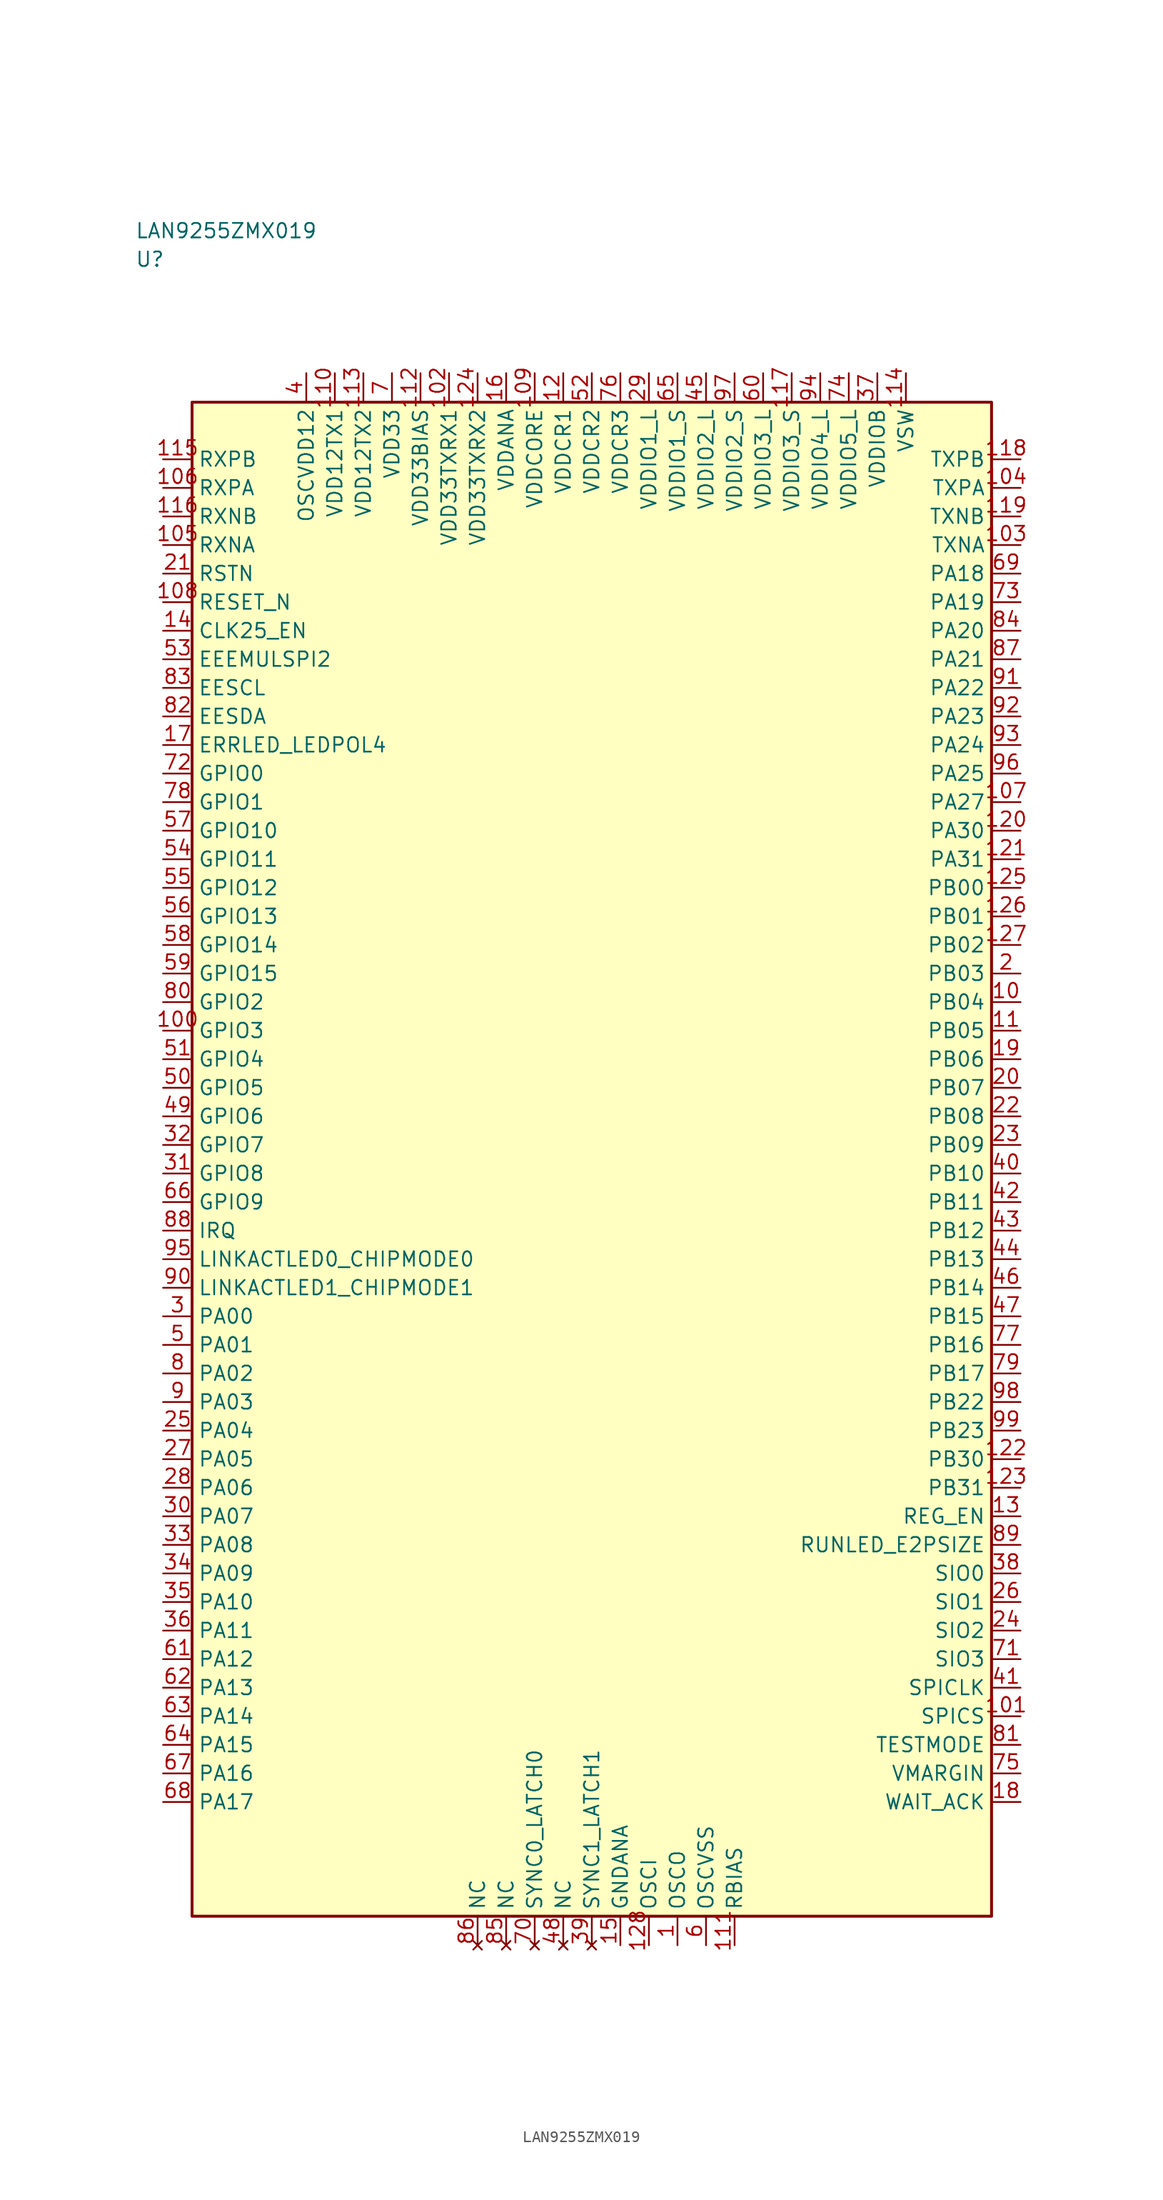
<source format=kicad_sym>
(kicad_symbol_lib
  (version 20241025)
  (generator "kicad_symbol_editor")
  (generator_version "8.0")
  (symbol "LAN9255ZMX019"
    (property "Reference" "U"
      (at -40.0 78.75 0)
      (effects (font (size 1.27 1.27)) (justify left)))
    (property "Value" "LAN9255ZMX019"
      (at -40.0 81.25 0)
      (effects (font (size 1.27 1.27)) (justify left)))
    (symbol "LAN9255ZMX019_0_1"
      (rectangle (start -35.0 66.25) (end 35.0 -66.25) (stroke (width 0.254) (type default)) (fill (type background))))
    (symbol "LAN9255ZMX019_1_1"
      (pin passive line (at 7.5 -68.79 90.0) (length 2.54) (name "OSCO" (effects (font (size 1.27 1.27)))) (number "1" (effects (font (size 1.27 1.27)))))
      (pin bidirectional line (at 37.54 16.25 180.0) (length 2.54) (name "PB03" (effects (font (size 1.27 1.27)))) (number "2" (effects (font (size 1.27 1.27)))))
      (pin bidirectional line (at -37.54 -13.75 0.0) (length 2.54) (name "PA00" (effects (font (size 1.27 1.27)))) (number "3" (effects (font (size 1.27 1.27)))))
      (pin power_in line (at -25.0 68.79 270.0) (length 2.54) (name "OSCVDD12" (effects (font (size 1.27 1.27)))) (number "4" (effects (font (size 1.27 1.27)))))
      (pin bidirectional line (at -37.54 -16.25 0.0) (length 2.54) (name "PA01" (effects (font (size 1.27 1.27)))) (number "5" (effects (font (size 1.27 1.27)))))
      (pin passive line (at 10.0 -68.79 90.0) (length 2.54) (name "OSCVSS" (effects (font (size 1.27 1.27)))) (number "6" (effects (font (size 1.27 1.27)))))
      (pin power_in line (at -17.5 68.79 270.0) (length 2.54) (name "VDD33" (effects (font (size 1.27 1.27)))) (number "7" (effects (font (size 1.27 1.27)))))
      (pin bidirectional line (at -37.54 -18.75 0.0) (length 2.54) (name "PA02" (effects (font (size 1.27 1.27)))) (number "8" (effects (font (size 1.27 1.27)))))
      (pin bidirectional line (at -37.54 -21.25 0.0) (length 2.54) (name "PA03" (effects (font (size 1.27 1.27)))) (number "9" (effects (font (size 1.27 1.27)))))
      (pin bidirectional line (at 37.54 13.75 180.0) (length 2.54) (name "PB04" (effects (font (size 1.27 1.27)))) (number "10" (effects (font (size 1.27 1.27)))))
      (pin bidirectional line (at 37.54 11.25 180.0) (length 2.54) (name "PB05" (effects (font (size 1.27 1.27)))) (number "11" (effects (font (size 1.27 1.27)))))
      (pin power_in line (at -2.5 68.79 270.0) (length 2.54) (name "VDDCR1" (effects (font (size 1.27 1.27)))) (number "12" (effects (font (size 1.27 1.27)))))
      (pin bidirectional line (at 37.54 -31.25 180.0) (length 2.54) (name "REG_EN" (effects (font (size 1.27 1.27)))) (number "13" (effects (font (size 1.27 1.27)))))
      (pin bidirectional line (at -37.54 46.25 0.0) (length 2.54) (name "CLK25_EN" (effects (font (size 1.27 1.27)))) (number "14" (effects (font (size 1.27 1.27)))))
      (pin passive line (at 2.5 -68.79 90.0) (length 2.54) (name "GNDANA" (effects (font (size 1.27 1.27)))) (number "15" (effects (font (size 1.27 1.27)))))
      (pin power_in line (at -7.5 68.79 270.0) (length 2.54) (name "VDDANA" (effects (font (size 1.27 1.27)))) (number "16" (effects (font (size 1.27 1.27)))))
      (pin bidirectional line (at -37.54 36.25 0.0) (length 2.54) (name "ERRLED_LEDPOL4" (effects (font (size 1.27 1.27)))) (number "17" (effects (font (size 1.27 1.27)))))
      (pin bidirectional line (at 37.54 -56.25 180.0) (length 2.54) (name "WAIT_ACK" (effects (font (size 1.27 1.27)))) (number "18" (effects (font (size 1.27 1.27)))))
      (pin bidirectional line (at 37.54 8.75 180.0) (length 2.54) (name "PB06" (effects (font (size 1.27 1.27)))) (number "19" (effects (font (size 1.27 1.27)))))
      (pin bidirectional line (at 37.54 6.25 180.0) (length 2.54) (name "PB07" (effects (font (size 1.27 1.27)))) (number "20" (effects (font (size 1.27 1.27)))))
      (pin input line (at -37.54 51.25 0.0) (length 2.54) (name "RSTN" (effects (font (size 1.27 1.27)))) (number "21" (effects (font (size 1.27 1.27)))))
      (pin bidirectional line (at 37.54 3.75 180.0) (length 2.54) (name "PB08" (effects (font (size 1.27 1.27)))) (number "22" (effects (font (size 1.27 1.27)))))
      (pin bidirectional line (at 37.54 1.25 180.0) (length 2.54) (name "PB09" (effects (font (size 1.27 1.27)))) (number "23" (effects (font (size 1.27 1.27)))))
      (pin bidirectional line (at 37.54 -41.25 180.0) (length 2.54) (name "SIO2" (effects (font (size 1.27 1.27)))) (number "24" (effects (font (size 1.27 1.27)))))
      (pin bidirectional line (at -37.54 -23.75 0.0) (length 2.54) (name "PA04" (effects (font (size 1.27 1.27)))) (number "25" (effects (font (size 1.27 1.27)))))
      (pin bidirectional line (at 37.54 -38.75 180.0) (length 2.54) (name "SIO1" (effects (font (size 1.27 1.27)))) (number "26" (effects (font (size 1.27 1.27)))))
      (pin bidirectional line (at -37.54 -26.25 0.0) (length 2.54) (name "PA05" (effects (font (size 1.27 1.27)))) (number "27" (effects (font (size 1.27 1.27)))))
      (pin bidirectional line (at -37.54 -28.75 0.0) (length 2.54) (name "PA06" (effects (font (size 1.27 1.27)))) (number "28" (effects (font (size 1.27 1.27)))))
      (pin power_in line (at 5.0 68.79 270.0) (length 2.54) (name "VDDIO1_L" (effects (font (size 1.27 1.27)))) (number "29" (effects (font (size 1.27 1.27)))))
      (pin bidirectional line (at -37.54 -31.25 0.0) (length 2.54) (name "PA07" (effects (font (size 1.27 1.27)))) (number "30" (effects (font (size 1.27 1.27)))))
      (pin bidirectional line (at -37.54 -1.25 0.0) (length 2.54) (name "GPIO8" (effects (font (size 1.27 1.27)))) (number "31" (effects (font (size 1.27 1.27)))))
      (pin bidirectional line (at -37.54 1.25 0.0) (length 2.54) (name "GPIO7" (effects (font (size 1.27 1.27)))) (number "32" (effects (font (size 1.27 1.27)))))
      (pin bidirectional line (at -37.54 -33.75 0.0) (length 2.54) (name "PA08" (effects (font (size 1.27 1.27)))) (number "33" (effects (font (size 1.27 1.27)))))
      (pin bidirectional line (at -37.54 -36.25 0.0) (length 2.54) (name "PA09" (effects (font (size 1.27 1.27)))) (number "34" (effects (font (size 1.27 1.27)))))
      (pin bidirectional line (at -37.54 -38.75 0.0) (length 2.54) (name "PA10" (effects (font (size 1.27 1.27)))) (number "35" (effects (font (size 1.27 1.27)))))
      (pin bidirectional line (at -37.54 -41.25 0.0) (length 2.54) (name "PA11" (effects (font (size 1.27 1.27)))) (number "36" (effects (font (size 1.27 1.27)))))
      (pin power_in line (at 25.0 68.79 270.0) (length 2.54) (name "VDDIOB" (effects (font (size 1.27 1.27)))) (number "37" (effects (font (size 1.27 1.27)))))
      (pin bidirectional line (at 37.54 -36.25 180.0) (length 2.54) (name "SIO0" (effects (font (size 1.27 1.27)))) (number "38" (effects (font (size 1.27 1.27)))))
      (pin no_connect line (at 0.0 -68.79 90.0) (length 2.54) (name "SYNC1_LATCH1" (effects (font (size 1.27 1.27)))) (number "39" (effects (font (size 1.27 1.27)))))
      (pin bidirectional line (at 37.54 -1.25 180.0) (length 2.54) (name "PB10" (effects (font (size 1.27 1.27)))) (number "40" (effects (font (size 1.27 1.27)))))
      (pin bidirectional line (at 37.54 -46.25 180.0) (length 2.54) (name "SPICLK" (effects (font (size 1.27 1.27)))) (number "41" (effects (font (size 1.27 1.27)))))
      (pin bidirectional line (at 37.54 -3.75 180.0) (length 2.54) (name "PB11" (effects (font (size 1.27 1.27)))) (number "42" (effects (font (size 1.27 1.27)))))
      (pin bidirectional line (at 37.54 -6.25 180.0) (length 2.54) (name "PB12" (effects (font (size 1.27 1.27)))) (number "43" (effects (font (size 1.27 1.27)))))
      (pin bidirectional line (at 37.54 -8.75 180.0) (length 2.54) (name "PB13" (effects (font (size 1.27 1.27)))) (number "44" (effects (font (size 1.27 1.27)))))
      (pin power_in line (at 10.0 68.79 270.0) (length 2.54) (name "VDDIO2_L" (effects (font (size 1.27 1.27)))) (number "45" (effects (font (size 1.27 1.27)))))
      (pin bidirectional line (at 37.54 -11.25 180.0) (length 2.54) (name "PB14" (effects (font (size 1.27 1.27)))) (number "46" (effects (font (size 1.27 1.27)))))
      (pin bidirectional line (at 37.54 -13.75 180.0) (length 2.54) (name "PB15" (effects (font (size 1.27 1.27)))) (number "47" (effects (font (size 1.27 1.27)))))
      (pin no_connect line (at -2.5 -68.79 90.0) (length 2.54) (name "NC" (effects (font (size 1.27 1.27)))) (number "48" (effects (font (size 1.27 1.27)))))
      (pin bidirectional line (at -37.54 3.75 0.0) (length 2.54) (name "GPIO6" (effects (font (size 1.27 1.27)))) (number "49" (effects (font (size 1.27 1.27)))))
      (pin bidirectional line (at -37.54 6.25 0.0) (length 2.54) (name "GPIO5" (effects (font (size 1.27 1.27)))) (number "50" (effects (font (size 1.27 1.27)))))
      (pin bidirectional line (at -37.54 8.75 0.0) (length 2.54) (name "GPIO4" (effects (font (size 1.27 1.27)))) (number "51" (effects (font (size 1.27 1.27)))))
      (pin power_in line (at 0.0 68.79 270.0) (length 2.54) (name "VDDCR2" (effects (font (size 1.27 1.27)))) (number "52" (effects (font (size 1.27 1.27)))))
      (pin bidirectional line (at -37.54 43.75 0.0) (length 2.54) (name "EEEMULSPI2" (effects (font (size 1.27 1.27)))) (number "53" (effects (font (size 1.27 1.27)))))
      (pin bidirectional line (at -37.54 26.25 0.0) (length 2.54) (name "GPIO11" (effects (font (size 1.27 1.27)))) (number "54" (effects (font (size 1.27 1.27)))))
      (pin bidirectional line (at -37.54 23.75 0.0) (length 2.54) (name "GPIO12" (effects (font (size 1.27 1.27)))) (number "55" (effects (font (size 1.27 1.27)))))
      (pin bidirectional line (at -37.54 21.25 0.0) (length 2.54) (name "GPIO13" (effects (font (size 1.27 1.27)))) (number "56" (effects (font (size 1.27 1.27)))))
      (pin bidirectional line (at -37.54 28.75 0.0) (length 2.54) (name "GPIO10" (effects (font (size 1.27 1.27)))) (number "57" (effects (font (size 1.27 1.27)))))
      (pin bidirectional line (at -37.54 18.75 0.0) (length 2.54) (name "GPIO14" (effects (font (size 1.27 1.27)))) (number "58" (effects (font (size 1.27 1.27)))))
      (pin bidirectional line (at -37.54 16.25 0.0) (length 2.54) (name "GPIO15" (effects (font (size 1.27 1.27)))) (number "59" (effects (font (size 1.27 1.27)))))
      (pin power_in line (at 15.0 68.79 270.0) (length 2.54) (name "VDDIO3_L" (effects (font (size 1.27 1.27)))) (number "60" (effects (font (size 1.27 1.27)))))
      (pin bidirectional line (at -37.54 -43.75 0.0) (length 2.54) (name "PA12" (effects (font (size 1.27 1.27)))) (number "61" (effects (font (size 1.27 1.27)))))
      (pin bidirectional line (at -37.54 -46.25 0.0) (length 2.54) (name "PA13" (effects (font (size 1.27 1.27)))) (number "62" (effects (font (size 1.27 1.27)))))
      (pin bidirectional line (at -37.54 -48.75 0.0) (length 2.54) (name "PA14" (effects (font (size 1.27 1.27)))) (number "63" (effects (font (size 1.27 1.27)))))
      (pin bidirectional line (at -37.54 -51.25 0.0) (length 2.54) (name "PA15" (effects (font (size 1.27 1.27)))) (number "64" (effects (font (size 1.27 1.27)))))
      (pin power_in line (at 7.5 68.79 270.0) (length 2.54) (name "VDDIO1_S" (effects (font (size 1.27 1.27)))) (number "65" (effects (font (size 1.27 1.27)))))
      (pin bidirectional line (at -37.54 -3.75 0.0) (length 2.54) (name "GPIO9" (effects (font (size 1.27 1.27)))) (number "66" (effects (font (size 1.27 1.27)))))
      (pin bidirectional line (at -37.54 -53.75 0.0) (length 2.54) (name "PA16" (effects (font (size 1.27 1.27)))) (number "67" (effects (font (size 1.27 1.27)))))
      (pin bidirectional line (at -37.54 -56.25 0.0) (length 2.54) (name "PA17" (effects (font (size 1.27 1.27)))) (number "68" (effects (font (size 1.27 1.27)))))
      (pin bidirectional line (at 37.54 51.25 180.0) (length 2.54) (name "PA18" (effects (font (size 1.27 1.27)))) (number "69" (effects (font (size 1.27 1.27)))))
      (pin no_connect line (at -5.0 -68.79 90.0) (length 2.54) (name "SYNC0_LATCH0" (effects (font (size 1.27 1.27)))) (number "70" (effects (font (size 1.27 1.27)))))
      (pin bidirectional line (at 37.54 -43.75 180.0) (length 2.54) (name "SIO3" (effects (font (size 1.27 1.27)))) (number "71" (effects (font (size 1.27 1.27)))))
      (pin bidirectional line (at -37.54 33.75 0.0) (length 2.54) (name "GPIO0" (effects (font (size 1.27 1.27)))) (number "72" (effects (font (size 1.27 1.27)))))
      (pin bidirectional line (at 37.54 48.75 180.0) (length 2.54) (name "PA19" (effects (font (size 1.27 1.27)))) (number "73" (effects (font (size 1.27 1.27)))))
      (pin power_in line (at 22.5 68.79 270.0) (length 2.54) (name "VDDIO5_L" (effects (font (size 1.27 1.27)))) (number "74" (effects (font (size 1.27 1.27)))))
      (pin bidirectional line (at 37.54 -53.75 180.0) (length 2.54) (name "VMARGIN" (effects (font (size 1.27 1.27)))) (number "75" (effects (font (size 1.27 1.27)))))
      (pin power_in line (at 2.5 68.79 270.0) (length 2.54) (name "VDDCR3" (effects (font (size 1.27 1.27)))) (number "76" (effects (font (size 1.27 1.27)))))
      (pin bidirectional line (at 37.54 -16.25 180.0) (length 2.54) (name "PB16" (effects (font (size 1.27 1.27)))) (number "77" (effects (font (size 1.27 1.27)))))
      (pin bidirectional line (at -37.54 31.25 0.0) (length 2.54) (name "GPIO1" (effects (font (size 1.27 1.27)))) (number "78" (effects (font (size 1.27 1.27)))))
      (pin bidirectional line (at 37.54 -18.75 180.0) (length 2.54) (name "PB17" (effects (font (size 1.27 1.27)))) (number "79" (effects (font (size 1.27 1.27)))))
      (pin bidirectional line (at -37.54 13.75 0.0) (length 2.54) (name "GPIO2" (effects (font (size 1.27 1.27)))) (number "80" (effects (font (size 1.27 1.27)))))
      (pin bidirectional line (at 37.54 -51.25 180.0) (length 2.54) (name "TESTMODE" (effects (font (size 1.27 1.27)))) (number "81" (effects (font (size 1.27 1.27)))))
      (pin bidirectional line (at -37.54 38.75 0.0) (length 2.54) (name "EESDA" (effects (font (size 1.27 1.27)))) (number "82" (effects (font (size 1.27 1.27)))))
      (pin bidirectional line (at -37.54 41.25 0.0) (length 2.54) (name "EESCL" (effects (font (size 1.27 1.27)))) (number "83" (effects (font (size 1.27 1.27)))))
      (pin bidirectional line (at 37.54 46.25 180.0) (length 2.54) (name "PA20" (effects (font (size 1.27 1.27)))) (number "84" (effects (font (size 1.27 1.27)))))
      (pin no_connect line (at -7.5 -68.79 90.0) (length 2.54) (name "NC" (effects (font (size 1.27 1.27)))) (number "85" (effects (font (size 1.27 1.27)))))
      (pin no_connect line (at -10.0 -68.79 90.0) (length 2.54) (name "NC" (effects (font (size 1.27 1.27)))) (number "86" (effects (font (size 1.27 1.27)))))
      (pin bidirectional line (at 37.54 43.75 180.0) (length 2.54) (name "PA21" (effects (font (size 1.27 1.27)))) (number "87" (effects (font (size 1.27 1.27)))))
      (pin bidirectional line (at -37.54 -6.25 0.0) (length 2.54) (name "IRQ" (effects (font (size 1.27 1.27)))) (number "88" (effects (font (size 1.27 1.27)))))
      (pin bidirectional line (at 37.54 -33.75 180.0) (length 2.54) (name "RUNLED_E2PSIZE" (effects (font (size 1.27 1.27)))) (number "89" (effects (font (size 1.27 1.27)))))
      (pin bidirectional line (at -37.54 -11.25 0.0) (length 2.54) (name "LINKACTLED1_CHIPMODE1" (effects (font (size 1.27 1.27)))) (number "90" (effects (font (size 1.27 1.27)))))
      (pin bidirectional line (at 37.54 41.25 180.0) (length 2.54) (name "PA22" (effects (font (size 1.27 1.27)))) (number "91" (effects (font (size 1.27 1.27)))))
      (pin bidirectional line (at 37.54 38.75 180.0) (length 2.54) (name "PA23" (effects (font (size 1.27 1.27)))) (number "92" (effects (font (size 1.27 1.27)))))
      (pin bidirectional line (at 37.54 36.25 180.0) (length 2.54) (name "PA24" (effects (font (size 1.27 1.27)))) (number "93" (effects (font (size 1.27 1.27)))))
      (pin power_in line (at 20.0 68.79 270.0) (length 2.54) (name "VDDIO4_L" (effects (font (size 1.27 1.27)))) (number "94" (effects (font (size 1.27 1.27)))))
      (pin bidirectional line (at -37.54 -8.75 0.0) (length 2.54) (name "LINKACTLED0_CHIPMODE0" (effects (font (size 1.27 1.27)))) (number "95" (effects (font (size 1.27 1.27)))))
      (pin bidirectional line (at 37.54 33.75 180.0) (length 2.54) (name "PA25" (effects (font (size 1.27 1.27)))) (number "96" (effects (font (size 1.27 1.27)))))
      (pin power_in line (at 12.5 68.79 270.0) (length 2.54) (name "VDDIO2_S" (effects (font (size 1.27 1.27)))) (number "97" (effects (font (size 1.27 1.27)))))
      (pin bidirectional line (at 37.54 -21.25 180.0) (length 2.54) (name "PB22" (effects (font (size 1.27 1.27)))) (number "98" (effects (font (size 1.27 1.27)))))
      (pin bidirectional line (at 37.54 -23.75 180.0) (length 2.54) (name "PB23" (effects (font (size 1.27 1.27)))) (number "99" (effects (font (size 1.27 1.27)))))
      (pin bidirectional line (at -37.54 11.25 0.0) (length 2.54) (name "GPIO3" (effects (font (size 1.27 1.27)))) (number "100" (effects (font (size 1.27 1.27)))))
      (pin bidirectional line (at 37.54 -48.75 180.0) (length 2.54) (name "SPICS" (effects (font (size 1.27 1.27)))) (number "101" (effects (font (size 1.27 1.27)))))
      (pin power_in line (at -12.5 68.79 270.0) (length 2.54) (name "VDD33TXRX1" (effects (font (size 1.27 1.27)))) (number "102" (effects (font (size 1.27 1.27)))))
      (pin output line (at 37.54 53.75 180.0) (length 2.54) (name "TXNA" (effects (font (size 1.27 1.27)))) (number "103" (effects (font (size 1.27 1.27)))))
      (pin output line (at 37.54 58.75 180.0) (length 2.54) (name "TXPA" (effects (font (size 1.27 1.27)))) (number "104" (effects (font (size 1.27 1.27)))))
      (pin input line (at -37.54 53.75 0.0) (length 2.54) (name "RXNA" (effects (font (size 1.27 1.27)))) (number "105" (effects (font (size 1.27 1.27)))))
      (pin input line (at -37.54 58.75 0.0) (length 2.54) (name "RXPA" (effects (font (size 1.27 1.27)))) (number "106" (effects (font (size 1.27 1.27)))))
      (pin bidirectional line (at 37.54 31.25 180.0) (length 2.54) (name "PA27" (effects (font (size 1.27 1.27)))) (number "107" (effects (font (size 1.27 1.27)))))
      (pin input line (at -37.54 48.75 0.0) (length 2.54) (name "RESET_N" (effects (font (size 1.27 1.27)))) (number "108" (effects (font (size 1.27 1.27)))))
      (pin power_in line (at -5.0 68.79 270.0) (length 2.54) (name "VDDCORE" (effects (font (size 1.27 1.27)))) (number "109" (effects (font (size 1.27 1.27)))))
      (pin power_in line (at -22.5 68.79 270.0) (length 2.54) (name "VDD12TX1" (effects (font (size 1.27 1.27)))) (number "110" (effects (font (size 1.27 1.27)))))
      (pin passive line (at 12.5 -68.79 90.0) (length 2.54) (name "RBIAS" (effects (font (size 1.27 1.27)))) (number "111" (effects (font (size 1.27 1.27)))))
      (pin power_in line (at -15.0 68.79 270.0) (length 2.54) (name "VDD33BIAS" (effects (font (size 1.27 1.27)))) (number "112" (effects (font (size 1.27 1.27)))))
      (pin power_in line (at -20.0 68.79 270.0) (length 2.54) (name "VDD12TX2" (effects (font (size 1.27 1.27)))) (number "113" (effects (font (size 1.27 1.27)))))
      (pin power_in line (at 27.5 68.79 270.0) (length 2.54) (name "VSW" (effects (font (size 1.27 1.27)))) (number "114" (effects (font (size 1.27 1.27)))))
      (pin input line (at -37.54 61.25 0.0) (length 2.54) (name "RXPB" (effects (font (size 1.27 1.27)))) (number "115" (effects (font (size 1.27 1.27)))))
      (pin input line (at -37.54 56.25 0.0) (length 2.54) (name "RXNB" (effects (font (size 1.27 1.27)))) (number "116" (effects (font (size 1.27 1.27)))))
      (pin power_in line (at 17.5 68.79 270.0) (length 2.54) (name "VDDIO3_S" (effects (font (size 1.27 1.27)))) (number "117" (effects (font (size 1.27 1.27)))))
      (pin output line (at 37.54 61.25 180.0) (length 2.54) (name "TXPB" (effects (font (size 1.27 1.27)))) (number "118" (effects (font (size 1.27 1.27)))))
      (pin output line (at 37.54 56.25 180.0) (length 2.54) (name "TXNB" (effects (font (size 1.27 1.27)))) (number "119" (effects (font (size 1.27 1.27)))))
      (pin bidirectional line (at 37.54 28.75 180.0) (length 2.54) (name "PA30" (effects (font (size 1.27 1.27)))) (number "120" (effects (font (size 1.27 1.27)))))
      (pin bidirectional line (at 37.54 26.25 180.0) (length 2.54) (name "PA31" (effects (font (size 1.27 1.27)))) (number "121" (effects (font (size 1.27 1.27)))))
      (pin bidirectional line (at 37.54 -26.25 180.0) (length 2.54) (name "PB30" (effects (font (size 1.27 1.27)))) (number "122" (effects (font (size 1.27 1.27)))))
      (pin bidirectional line (at 37.54 -28.75 180.0) (length 2.54) (name "PB31" (effects (font (size 1.27 1.27)))) (number "123" (effects (font (size 1.27 1.27)))))
      (pin power_in line (at -10.0 68.79 270.0) (length 2.54) (name "VDD33TXRX2" (effects (font (size 1.27 1.27)))) (number "124" (effects (font (size 1.27 1.27)))))
      (pin bidirectional line (at 37.54 23.75 180.0) (length 2.54) (name "PB00" (effects (font (size 1.27 1.27)))) (number "125" (effects (font (size 1.27 1.27)))))
      (pin bidirectional line (at 37.54 21.25 180.0) (length 2.54) (name "PB01" (effects (font (size 1.27 1.27)))) (number "126" (effects (font (size 1.27 1.27)))))
      (pin bidirectional line (at 37.54 18.75 180.0) (length 2.54) (name "PB02" (effects (font (size 1.27 1.27)))) (number "127" (effects (font (size 1.27 1.27)))))
      (pin passive line (at 5.0 -68.79 90.0) (length 2.54) (name "OSCI" (effects (font (size 1.27 1.27)))) (number "128" (effects (font (size 1.27 1.27))))))))
</source>
